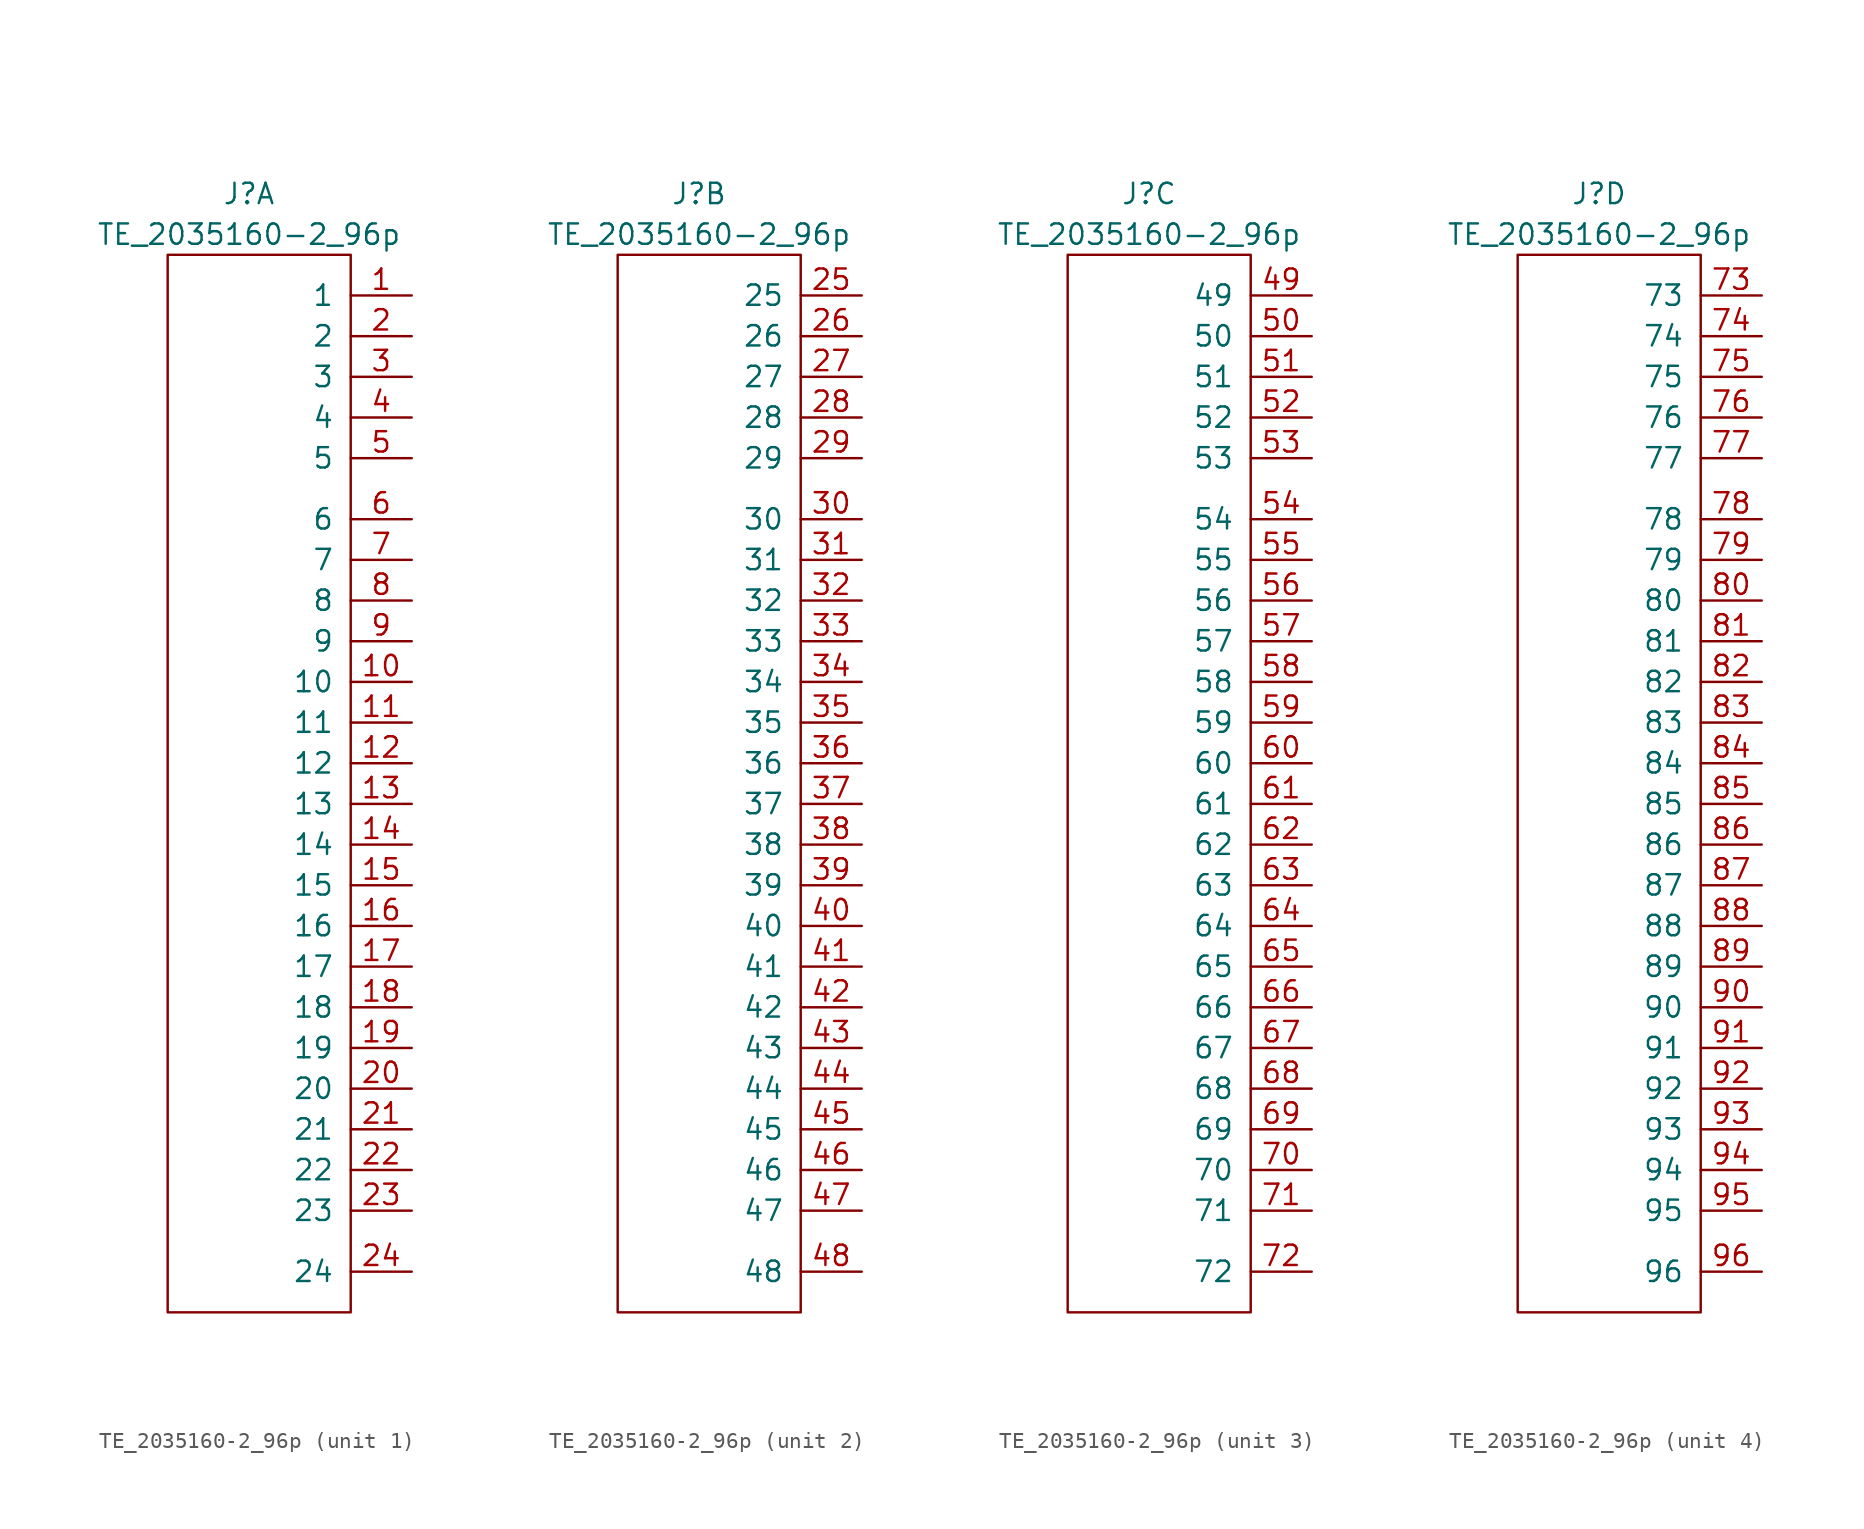
<source format=kicad_sym>
(kicad_symbol_lib
  (version 20220914)
  (generator kicad_symbol_editor)
  (symbol "TE_2035160-2_96p"
    (pin_names
      (offset 1.016))
    (property "Reference" "J"
      (at -1.27 40.64 0)
      (effects (font (size 1.27 1.27))))
    (property "Value" "TE_2035160-2_96p"
      (at -1.27 38.1 0)
      (effects (font (size 1.27 1.27))))
    (property "ki_locked" ""
      (at 0 0 0)
      (effects (font (size 1.27 1.27))))
    (symbol "TE_2035160-2_96p_1_0"
      (rectangle (start -6.35 36.83) (end 5.08 -29.21) (stroke (width 0) (type default)) (fill (type none))))
    (symbol "TE_2035160-2_96p_1_1"
      (pin passive line (at 8.89 34.29 180) (length 3.81) (name "1" (effects (font (size 1.27 1.27)))) (number "1" (effects (font (size 1.27 1.27)))))
      (pin passive line (at 8.89 10.16 180) (length 3.81) (name "10" (effects (font (size 1.27 1.27)))) (number "10" (effects (font (size 1.27 1.27)))))
      (pin passive line (at 8.89 7.62 180) (length 3.81) (name "11" (effects (font (size 1.27 1.27)))) (number "11" (effects (font (size 1.27 1.27)))))
      (pin passive line (at 8.89 5.08 180) (length 3.81) (name "12" (effects (font (size 1.27 1.27)))) (number "12" (effects (font (size 1.27 1.27)))))
      (pin passive line (at 8.89 2.54 180) (length 3.81) (name "13" (effects (font (size 1.27 1.27)))) (number "13" (effects (font (size 1.27 1.27)))))
      (pin passive line (at 8.89 0 180) (length 3.81) (name "14" (effects (font (size 1.27 1.27)))) (number "14" (effects (font (size 1.27 1.27)))))
      (pin passive line (at 8.89 -2.54 180) (length 3.81) (name "15" (effects (font (size 1.27 1.27)))) (number "15" (effects (font (size 1.27 1.27)))))
      (pin passive line (at 8.89 -5.08 180) (length 3.81) (name "16" (effects (font (size 1.27 1.27)))) (number "16" (effects (font (size 1.27 1.27)))))
      (pin passive line (at 8.89 -7.62 180) (length 3.81) (name "17" (effects (font (size 1.27 1.27)))) (number "17" (effects (font (size 1.27 1.27)))))
      (pin passive line (at 8.89 -10.16 180) (length 3.81) (name "18" (effects (font (size 1.27 1.27)))) (number "18" (effects (font (size 1.27 1.27)))))
      (pin passive line (at 8.89 -12.7 180) (length 3.81) (name "19" (effects (font (size 1.27 1.27)))) (number "19" (effects (font (size 1.27 1.27)))))
      (pin passive line (at 8.89 31.75 180) (length 3.81) (name "2" (effects (font (size 1.27 1.27)))) (number "2" (effects (font (size 1.27 1.27)))))
      (pin passive line (at 8.89 -15.24 180) (length 3.81) (name "20" (effects (font (size 1.27 1.27)))) (number "20" (effects (font (size 1.27 1.27)))))
      (pin passive line (at 8.89 -17.78 180) (length 3.81) (name "21" (effects (font (size 1.27 1.27)))) (number "21" (effects (font (size 1.27 1.27)))))
      (pin passive line (at 8.89 -20.32 180) (length 3.81) (name "22" (effects (font (size 1.27 1.27)))) (number "22" (effects (font (size 1.27 1.27)))))
      (pin passive line (at 8.89 -22.86 180) (length 3.81) (name "23" (effects (font (size 1.27 1.27)))) (number "23" (effects (font (size 1.27 1.27)))))
      (pin passive line (at 8.89 -26.67 180) (length 3.81) (name "24" (effects (font (size 1.27 1.27)))) (number "24" (effects (font (size 1.27 1.27)))))
      (pin passive line (at 8.89 29.21 180) (length 3.81) (name "3" (effects (font (size 1.27 1.27)))) (number "3" (effects (font (size 1.27 1.27)))))
      (pin passive line (at 8.89 26.67 180) (length 3.81) (name "4" (effects (font (size 1.27 1.27)))) (number "4" (effects (font (size 1.27 1.27)))))
      (pin passive line (at 8.89 24.13 180) (length 3.81) (name "5" (effects (font (size 1.27 1.27)))) (number "5" (effects (font (size 1.27 1.27)))))
      (pin passive line (at 8.89 20.32 180) (length 3.81) (name "6" (effects (font (size 1.27 1.27)))) (number "6" (effects (font (size 1.27 1.27)))))
      (pin passive line (at 8.89 17.78 180) (length 3.81) (name "7" (effects (font (size 1.27 1.27)))) (number "7" (effects (font (size 1.27 1.27)))))
      (pin passive line (at 8.89 15.24 180) (length 3.81) (name "8" (effects (font (size 1.27 1.27)))) (number "8" (effects (font (size 1.27 1.27)))))
      (pin passive line (at 8.89 12.7 180) (length 3.81) (name "9" (effects (font (size 1.27 1.27)))) (number "9" (effects (font (size 1.27 1.27))))))
    (symbol "TE_2035160-2_96p_2_0"
      (rectangle (start -6.35 36.83) (end 5.08 -29.21) (stroke (width 0) (type default)) (fill (type none))))
    (symbol "TE_2035160-2_96p_2_1"
      (pin passive line (at 8.89 34.29 180) (length 3.81) (name "25" (effects (font (size 1.27 1.27)))) (number "25" (effects (font (size 1.27 1.27)))))
      (pin passive line (at 8.89 31.75 180) (length 3.81) (name "26" (effects (font (size 1.27 1.27)))) (number "26" (effects (font (size 1.27 1.27)))))
      (pin passive line (at 8.89 29.21 180) (length 3.81) (name "27" (effects (font (size 1.27 1.27)))) (number "27" (effects (font (size 1.27 1.27)))))
      (pin passive line (at 8.89 26.67 180) (length 3.81) (name "28" (effects (font (size 1.27 1.27)))) (number "28" (effects (font (size 1.27 1.27)))))
      (pin passive line (at 8.89 24.13 180) (length 3.81) (name "29" (effects (font (size 1.27 1.27)))) (number "29" (effects (font (size 1.27 1.27)))))
      (pin passive line (at 8.89 20.32 180) (length 3.81) (name "30" (effects (font (size 1.27 1.27)))) (number "30" (effects (font (size 1.27 1.27)))))
      (pin passive line (at 8.89 17.78 180) (length 3.81) (name "31" (effects (font (size 1.27 1.27)))) (number "31" (effects (font (size 1.27 1.27)))))
      (pin passive line (at 8.89 15.24 180) (length 3.81) (name "32" (effects (font (size 1.27 1.27)))) (number "32" (effects (font (size 1.27 1.27)))))
      (pin passive line (at 8.89 12.7 180) (length 3.81) (name "33" (effects (font (size 1.27 1.27)))) (number "33" (effects (font (size 1.27 1.27)))))
      (pin passive line (at 8.89 10.16 180) (length 3.81) (name "34" (effects (font (size 1.27 1.27)))) (number "34" (effects (font (size 1.27 1.27)))))
      (pin passive line (at 8.89 7.62 180) (length 3.81) (name "35" (effects (font (size 1.27 1.27)))) (number "35" (effects (font (size 1.27 1.27)))))
      (pin passive line (at 8.89 5.08 180) (length 3.81) (name "36" (effects (font (size 1.27 1.27)))) (number "36" (effects (font (size 1.27 1.27)))))
      (pin passive line (at 8.89 2.54 180) (length 3.81) (name "37" (effects (font (size 1.27 1.27)))) (number "37" (effects (font (size 1.27 1.27)))))
      (pin passive line (at 8.89 0 180) (length 3.81) (name "38" (effects (font (size 1.27 1.27)))) (number "38" (effects (font (size 1.27 1.27)))))
      (pin passive line (at 8.89 -2.54 180) (length 3.81) (name "39" (effects (font (size 1.27 1.27)))) (number "39" (effects (font (size 1.27 1.27)))))
      (pin passive line (at 8.89 -5.08 180) (length 3.81) (name "40" (effects (font (size 1.27 1.27)))) (number "40" (effects (font (size 1.27 1.27)))))
      (pin passive line (at 8.89 -7.62 180) (length 3.81) (name "41" (effects (font (size 1.27 1.27)))) (number "41" (effects (font (size 1.27 1.27)))))
      (pin passive line (at 8.89 -10.16 180) (length 3.81) (name "42" (effects (font (size 1.27 1.27)))) (number "42" (effects (font (size 1.27 1.27)))))
      (pin passive line (at 8.89 -12.7 180) (length 3.81) (name "43" (effects (font (size 1.27 1.27)))) (number "43" (effects (font (size 1.27 1.27)))))
      (pin passive line (at 8.89 -15.24 180) (length 3.81) (name "44" (effects (font (size 1.27 1.27)))) (number "44" (effects (font (size 1.27 1.27)))))
      (pin passive line (at 8.89 -17.78 180) (length 3.81) (name "45" (effects (font (size 1.27 1.27)))) (number "45" (effects (font (size 1.27 1.27)))))
      (pin passive line (at 8.89 -20.32 180) (length 3.81) (name "46" (effects (font (size 1.27 1.27)))) (number "46" (effects (font (size 1.27 1.27)))))
      (pin passive line (at 8.89 -22.86 180) (length 3.81) (name "47" (effects (font (size 1.27 1.27)))) (number "47" (effects (font (size 1.27 1.27)))))
      (pin passive line (at 8.89 -26.67 180) (length 3.81) (name "48" (effects (font (size 1.27 1.27)))) (number "48" (effects (font (size 1.27 1.27))))))
    (symbol "TE_2035160-2_96p_3_0"
      (rectangle (start -6.35 36.83) (end 5.08 -29.21) (stroke (width 0) (type default)) (fill (type none))))
    (symbol "TE_2035160-2_96p_3_1"
      (pin passive line (at 8.89 34.29 180) (length 3.81) (name "49" (effects (font (size 1.27 1.27)))) (number "49" (effects (font (size 1.27 1.27)))))
      (pin passive line (at 8.89 31.75 180) (length 3.81) (name "50" (effects (font (size 1.27 1.27)))) (number "50" (effects (font (size 1.27 1.27)))))
      (pin passive line (at 8.89 29.21 180) (length 3.81) (name "51" (effects (font (size 1.27 1.27)))) (number "51" (effects (font (size 1.27 1.27)))))
      (pin passive line (at 8.89 26.67 180) (length 3.81) (name "52" (effects (font (size 1.27 1.27)))) (number "52" (effects (font (size 1.27 1.27)))))
      (pin passive line (at 8.89 24.13 180) (length 3.81) (name "53" (effects (font (size 1.27 1.27)))) (number "53" (effects (font (size 1.27 1.27)))))
      (pin passive line (at 8.89 20.32 180) (length 3.81) (name "54" (effects (font (size 1.27 1.27)))) (number "54" (effects (font (size 1.27 1.27)))))
      (pin passive line (at 8.89 17.78 180) (length 3.81) (name "55" (effects (font (size 1.27 1.27)))) (number "55" (effects (font (size 1.27 1.27)))))
      (pin passive line (at 8.89 15.24 180) (length 3.81) (name "56" (effects (font (size 1.27 1.27)))) (number "56" (effects (font (size 1.27 1.27)))))
      (pin passive line (at 8.89 12.7 180) (length 3.81) (name "57" (effects (font (size 1.27 1.27)))) (number "57" (effects (font (size 1.27 1.27)))))
      (pin passive line (at 8.89 10.16 180) (length 3.81) (name "58" (effects (font (size 1.27 1.27)))) (number "58" (effects (font (size 1.27 1.27)))))
      (pin passive line (at 8.89 7.62 180) (length 3.81) (name "59" (effects (font (size 1.27 1.27)))) (number "59" (effects (font (size 1.27 1.27)))))
      (pin passive line (at 8.89 5.08 180) (length 3.81) (name "60" (effects (font (size 1.27 1.27)))) (number "60" (effects (font (size 1.27 1.27)))))
      (pin passive line (at 8.89 2.54 180) (length 3.81) (name "61" (effects (font (size 1.27 1.27)))) (number "61" (effects (font (size 1.27 1.27)))))
      (pin passive line (at 8.89 0 180) (length 3.81) (name "62" (effects (font (size 1.27 1.27)))) (number "62" (effects (font (size 1.27 1.27)))))
      (pin passive line (at 8.89 -2.54 180) (length 3.81) (name "63" (effects (font (size 1.27 1.27)))) (number "63" (effects (font (size 1.27 1.27)))))
      (pin passive line (at 8.89 -5.08 180) (length 3.81) (name "64" (effects (font (size 1.27 1.27)))) (number "64" (effects (font (size 1.27 1.27)))))
      (pin passive line (at 8.89 -7.62 180) (length 3.81) (name "65" (effects (font (size 1.27 1.27)))) (number "65" (effects (font (size 1.27 1.27)))))
      (pin passive line (at 8.89 -10.16 180) (length 3.81) (name "66" (effects (font (size 1.27 1.27)))) (number "66" (effects (font (size 1.27 1.27)))))
      (pin passive line (at 8.89 -12.7 180) (length 3.81) (name "67" (effects (font (size 1.27 1.27)))) (number "67" (effects (font (size 1.27 1.27)))))
      (pin passive line (at 8.89 -15.24 180) (length 3.81) (name "68" (effects (font (size 1.27 1.27)))) (number "68" (effects (font (size 1.27 1.27)))))
      (pin passive line (at 8.89 -17.78 180) (length 3.81) (name "69" (effects (font (size 1.27 1.27)))) (number "69" (effects (font (size 1.27 1.27)))))
      (pin passive line (at 8.89 -20.32 180) (length 3.81) (name "70" (effects (font (size 1.27 1.27)))) (number "70" (effects (font (size 1.27 1.27)))))
      (pin passive line (at 8.89 -22.86 180) (length 3.81) (name "71" (effects (font (size 1.27 1.27)))) (number "71" (effects (font (size 1.27 1.27)))))
      (pin passive line (at 8.89 -26.67 180) (length 3.81) (name "72" (effects (font (size 1.27 1.27)))) (number "72" (effects (font (size 1.27 1.27))))))
    (symbol "TE_2035160-2_96p_4_0"
      (rectangle (start -6.35 36.83) (end 5.08 -29.21) (stroke (width 0) (type default)) (fill (type none))))
    (symbol "TE_2035160-2_96p_4_1"
      (pin passive line (at 8.89 34.29 180) (length 3.81) (name "73" (effects (font (size 1.27 1.27)))) (number "73" (effects (font (size 1.27 1.27)))))
      (pin passive line (at 8.89 31.75 180) (length 3.81) (name "74" (effects (font (size 1.27 1.27)))) (number "74" (effects (font (size 1.27 1.27)))))
      (pin passive line (at 8.89 29.21 180) (length 3.81) (name "75" (effects (font (size 1.27 1.27)))) (number "75" (effects (font (size 1.27 1.27)))))
      (pin passive line (at 8.89 26.67 180) (length 3.81) (name "76" (effects (font (size 1.27 1.27)))) (number "76" (effects (font (size 1.27 1.27)))))
      (pin passive line (at 8.89 24.13 180) (length 3.81) (name "77" (effects (font (size 1.27 1.27)))) (number "77" (effects (font (size 1.27 1.27)))))
      (pin passive line (at 8.89 20.32 180) (length 3.81) (name "78" (effects (font (size 1.27 1.27)))) (number "78" (effects (font (size 1.27 1.27)))))
      (pin passive line (at 8.89 17.78 180) (length 3.81) (name "79" (effects (font (size 1.27 1.27)))) (number "79" (effects (font (size 1.27 1.27)))))
      (pin passive line (at 8.89 15.24 180) (length 3.81) (name "80" (effects (font (size 1.27 1.27)))) (number "80" (effects (font (size 1.27 1.27)))))
      (pin passive line (at 8.89 12.7 180) (length 3.81) (name "81" (effects (font (size 1.27 1.27)))) (number "81" (effects (font (size 1.27 1.27)))))
      (pin passive line (at 8.89 10.16 180) (length 3.81) (name "82" (effects (font (size 1.27 1.27)))) (number "82" (effects (font (size 1.27 1.27)))))
      (pin passive line (at 8.89 7.62 180) (length 3.81) (name "83" (effects (font (size 1.27 1.27)))) (number "83" (effects (font (size 1.27 1.27)))))
      (pin passive line (at 8.89 5.08 180) (length 3.81) (name "84" (effects (font (size 1.27 1.27)))) (number "84" (effects (font (size 1.27 1.27)))))
      (pin passive line (at 8.89 2.54 180) (length 3.81) (name "85" (effects (font (size 1.27 1.27)))) (number "85" (effects (font (size 1.27 1.27)))))
      (pin passive line (at 8.89 0 180) (length 3.81) (name "86" (effects (font (size 1.27 1.27)))) (number "86" (effects (font (size 1.27 1.27)))))
      (pin passive line (at 8.89 -2.54 180) (length 3.81) (name "87" (effects (font (size 1.27 1.27)))) (number "87" (effects (font (size 1.27 1.27)))))
      (pin passive line (at 8.89 -5.08 180) (length 3.81) (name "88" (effects (font (size 1.27 1.27)))) (number "88" (effects (font (size 1.27 1.27)))))
      (pin passive line (at 8.89 -7.62 180) (length 3.81) (name "89" (effects (font (size 1.27 1.27)))) (number "89" (effects (font (size 1.27 1.27)))))
      (pin passive line (at 8.89 -10.16 180) (length 3.81) (name "90" (effects (font (size 1.27 1.27)))) (number "90" (effects (font (size 1.27 1.27)))))
      (pin passive line (at 8.89 -12.7 180) (length 3.81) (name "91" (effects (font (size 1.27 1.27)))) (number "91" (effects (font (size 1.27 1.27)))))
      (pin passive line (at 8.89 -15.24 180) (length 3.81) (name "92" (effects (font (size 1.27 1.27)))) (number "92" (effects (font (size 1.27 1.27)))))
      (pin passive line (at 8.89 -17.78 180) (length 3.81) (name "93" (effects (font (size 1.27 1.27)))) (number "93" (effects (font (size 1.27 1.27)))))
      (pin passive line (at 8.89 -20.32 180) (length 3.81) (name "94" (effects (font (size 1.27 1.27)))) (number "94" (effects (font (size 1.27 1.27)))))
      (pin passive line (at 8.89 -22.86 180) (length 3.81) (name "95" (effects (font (size 1.27 1.27)))) (number "95" (effects (font (size 1.27 1.27)))))
      (pin passive line (at 8.89 -26.67 180) (length 3.81) (name "96" (effects (font (size 1.27 1.27)))) (number "96" (effects (font (size 1.27 1.27))))))))
</source>
